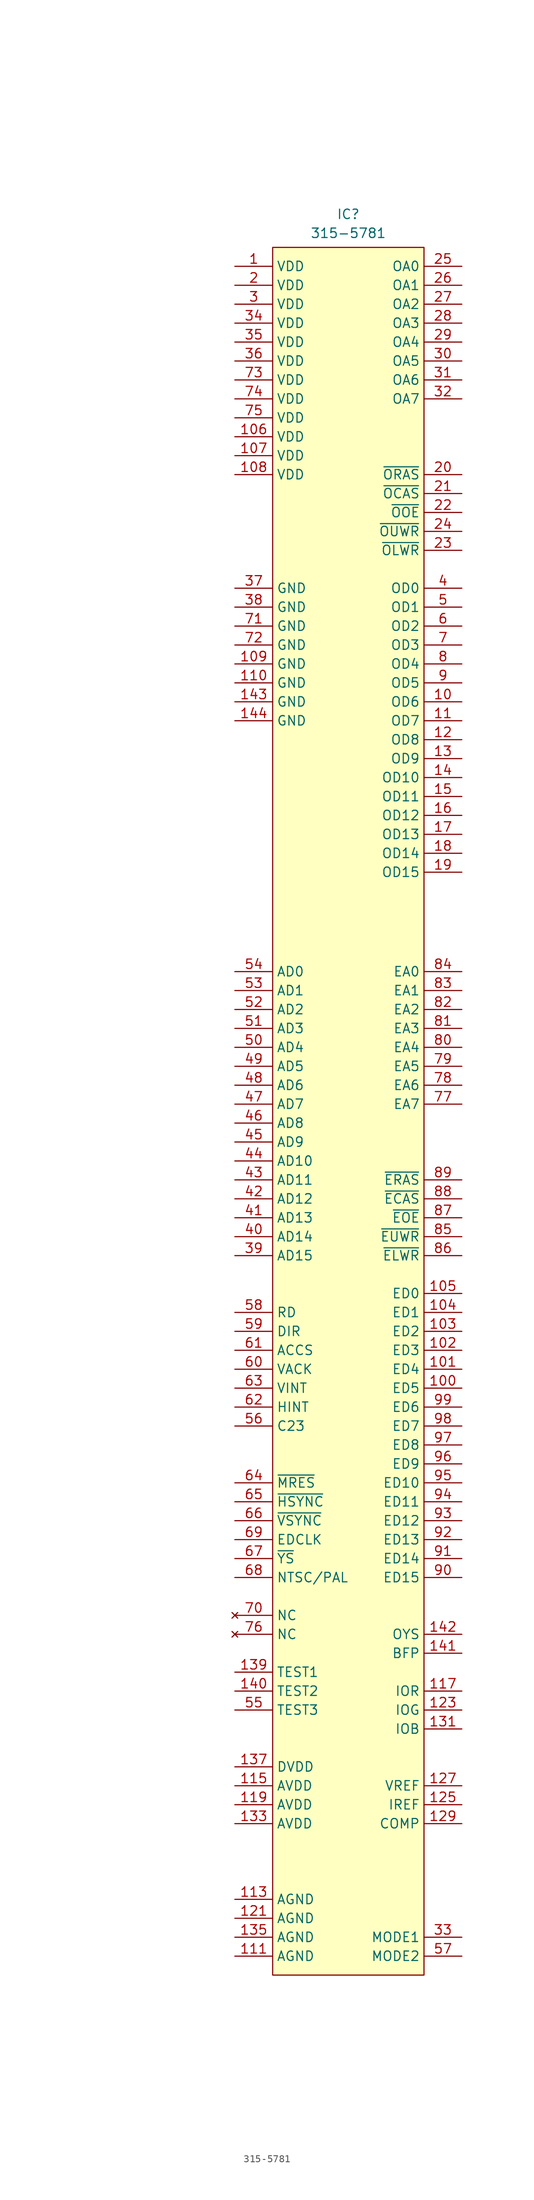
<source format=kicad_sym>
(kicad_symbol_lib
  (version 20220914)
  (generator kicad_symbol_editor)
  (symbol "315-5781"
    (property "Reference" "IC"
      (at 0 4.445 0)
      (effects (font (size 1.27 1.27))))
    (property "Value" "315-5781"
      (at 0 1.905 0)
      (effects (font (size 1.27 1.27))))
    (symbol "315-5781_1_1"
      (rectangle (start -10.16 0) (end 10.16 -231.775) (stroke (width 0) (type default)) (fill (type background)))
      (pin passive line (at -15.24 -2.54 0) (length 5.08) (name "VDD" (effects (font (size 1.27 1.27)))) (number "1" (effects (font (size 1.27 1.27)))))
      (pin passive line (at 15.24 -60.96 180) (length 5.08) (name "OD6" (effects (font (size 1.27 1.27)))) (number "10" (effects (font (size 1.27 1.27)))))
      (pin passive line (at 15.24 -153.035 180) (length 5.08) (name "ED5" (effects (font (size 1.27 1.27)))) (number "100" (effects (font (size 1.27 1.27)))))
      (pin passive line (at 15.24 -150.495 180) (length 5.08) (name "ED4" (effects (font (size 1.27 1.27)))) (number "101" (effects (font (size 1.27 1.27)))))
      (pin passive line (at 15.24 -147.955 180) (length 5.08) (name "ED3" (effects (font (size 1.27 1.27)))) (number "102" (effects (font (size 1.27 1.27)))))
      (pin passive line (at 15.24 -145.415 180) (length 5.08) (name "ED2" (effects (font (size 1.27 1.27)))) (number "103" (effects (font (size 1.27 1.27)))))
      (pin passive line (at 15.24 -142.875 180) (length 5.08) (name "ED1" (effects (font (size 1.27 1.27)))) (number "104" (effects (font (size 1.27 1.27)))))
      (pin passive line (at 15.24 -140.335 180) (length 5.08) (name "ED0" (effects (font (size 1.27 1.27)))) (number "105" (effects (font (size 1.27 1.27)))))
      (pin passive line (at -15.24 -25.4 0) (length 5.08) (name "VDD" (effects (font (size 1.27 1.27)))) (number "106" (effects (font (size 1.27 1.27)))))
      (pin passive line (at -15.24 -27.94 0) (length 5.08) (name "VDD" (effects (font (size 1.27 1.27)))) (number "107" (effects (font (size 1.27 1.27)))))
      (pin passive line (at -15.24 -30.48 0) (length 5.08) (name "VDD" (effects (font (size 1.27 1.27)))) (number "108" (effects (font (size 1.27 1.27)))))
      (pin passive line (at -15.24 -55.88 0) (length 5.08) (name "GND" (effects (font (size 1.27 1.27)))) (number "109" (effects (font (size 1.27 1.27)))))
      (pin passive line (at 15.24 -63.5 180) (length 5.08) (name "OD7" (effects (font (size 1.27 1.27)))) (number "11" (effects (font (size 1.27 1.27)))))
      (pin passive line (at -15.24 -58.42 0) (length 5.08) (name "GND" (effects (font (size 1.27 1.27)))) (number "110" (effects (font (size 1.27 1.27)))))
      (pin passive line (at -15.24 -229.235 0) (length 5.08) (name "AGND" (effects (font (size 1.27 1.27)))) (number "111" (effects (font (size 1.27 1.27)))))
      (pin no_connect line (at -37.465 -63.5 0) (length 5.08) hide (name "N/C" (effects (font (size 1.27 1.27)))) (number "112" (effects (font (size 1.27 1.27)))))
      (pin passive line (at -15.24 -221.615 0) (length 5.08) (name "AGND" (effects (font (size 1.27 1.27)))) (number "113" (effects (font (size 1.27 1.27)))))
      (pin no_connect line (at -37.465 -66.04 0) (length 5.08) hide (name "N/C" (effects (font (size 1.27 1.27)))) (number "114" (effects (font (size 1.27 1.27)))))
      (pin passive line (at -15.24 -206.375 0) (length 5.08) (name "AVDD" (effects (font (size 1.27 1.27)))) (number "115" (effects (font (size 1.27 1.27)))))
      (pin no_connect line (at -37.465 -68.58 0) (length 5.08) hide (name "N/C" (effects (font (size 1.27 1.27)))) (number "116" (effects (font (size 1.27 1.27)))))
      (pin passive line (at 15.24 -193.675 180) (length 5.08) (name "IOR" (effects (font (size 1.27 1.27)))) (number "117" (effects (font (size 1.27 1.27)))))
      (pin no_connect line (at -37.465 -71.12 0) (length 5.08) hide (name "N/C" (effects (font (size 1.27 1.27)))) (number "118" (effects (font (size 1.27 1.27)))))
      (pin passive line (at -15.24 -208.915 0) (length 5.08) (name "AVDD" (effects (font (size 1.27 1.27)))) (number "119" (effects (font (size 1.27 1.27)))))
      (pin passive line (at 15.24 -66.04 180) (length 5.08) (name "OD8" (effects (font (size 1.27 1.27)))) (number "12" (effects (font (size 1.27 1.27)))))
      (pin no_connect line (at -37.465 -73.66 0) (length 5.08) hide (name "N/C" (effects (font (size 1.27 1.27)))) (number "120" (effects (font (size 1.27 1.27)))))
      (pin passive line (at -15.24 -224.155 0) (length 5.08) (name "AGND" (effects (font (size 1.27 1.27)))) (number "121" (effects (font (size 1.27 1.27)))))
      (pin no_connect line (at -37.465 -76.2 0) (length 5.08) hide (name "N/C" (effects (font (size 1.27 1.27)))) (number "122" (effects (font (size 1.27 1.27)))))
      (pin passive line (at 15.24 -196.215 180) (length 5.08) (name "IOG" (effects (font (size 1.27 1.27)))) (number "123" (effects (font (size 1.27 1.27)))))
      (pin no_connect line (at -37.465 -78.74 0) (length 5.08) hide (name "N/C" (effects (font (size 1.27 1.27)))) (number "124" (effects (font (size 1.27 1.27)))))
      (pin passive line (at 15.24 -208.915 180) (length 5.08) (name "IREF" (effects (font (size 1.27 1.27)))) (number "125" (effects (font (size 1.27 1.27)))))
      (pin no_connect line (at -37.465 -81.28 0) (length 5.08) hide (name "N/C" (effects (font (size 1.27 1.27)))) (number "126" (effects (font (size 1.27 1.27)))))
      (pin passive line (at 15.24 -206.375 180) (length 5.08) (name "VREF" (effects (font (size 1.27 1.27)))) (number "127" (effects (font (size 1.27 1.27)))))
      (pin no_connect line (at -37.465 -83.82 0) (length 5.08) hide (name "N/C" (effects (font (size 1.27 1.27)))) (number "128" (effects (font (size 1.27 1.27)))))
      (pin passive line (at 15.24 -211.455 180) (length 5.08) (name "COMP" (effects (font (size 1.27 1.27)))) (number "129" (effects (font (size 1.27 1.27)))))
      (pin passive line (at 15.24 -68.58 180) (length 5.08) (name "OD9" (effects (font (size 1.27 1.27)))) (number "13" (effects (font (size 1.27 1.27)))))
      (pin no_connect line (at -37.465 -86.36 0) (length 5.08) hide (name "N/C" (effects (font (size 1.27 1.27)))) (number "130" (effects (font (size 1.27 1.27)))))
      (pin passive line (at 15.24 -198.755 180) (length 5.08) (name "IOB" (effects (font (size 1.27 1.27)))) (number "131" (effects (font (size 1.27 1.27)))))
      (pin no_connect line (at -37.465 -88.9 0) (length 5.08) hide (name "N/C" (effects (font (size 1.27 1.27)))) (number "132" (effects (font (size 1.27 1.27)))))
      (pin passive line (at -15.24 -211.455 0) (length 5.08) (name "AVDD" (effects (font (size 1.27 1.27)))) (number "133" (effects (font (size 1.27 1.27)))))
      (pin no_connect line (at -37.465 -91.44 0) (length 5.08) hide (name "N/C" (effects (font (size 1.27 1.27)))) (number "134" (effects (font (size 1.27 1.27)))))
      (pin passive line (at -15.24 -226.695 0) (length 5.08) (name "AGND" (effects (font (size 1.27 1.27)))) (number "135" (effects (font (size 1.27 1.27)))))
      (pin no_connect line (at -37.465 -93.98 0) (length 5.08) hide (name "N/C" (effects (font (size 1.27 1.27)))) (number "136" (effects (font (size 1.27 1.27)))))
      (pin passive line (at -15.24 -203.835 0) (length 5.08) (name "DVDD" (effects (font (size 1.27 1.27)))) (number "137" (effects (font (size 1.27 1.27)))))
      (pin no_connect line (at -37.465 -96.52 0) (length 5.08) hide (name "N/C" (effects (font (size 1.27 1.27)))) (number "138" (effects (font (size 1.27 1.27)))))
      (pin passive line (at -15.24 -191.135 0) (length 5.08) (name "TEST1" (effects (font (size 1.27 1.27)))) (number "139" (effects (font (size 1.27 1.27)))))
      (pin passive line (at 15.24 -71.12 180) (length 5.08) (name "OD10" (effects (font (size 1.27 1.27)))) (number "14" (effects (font (size 1.27 1.27)))))
      (pin passive line (at -15.24 -193.675 0) (length 5.08) (name "TEST2" (effects (font (size 1.27 1.27)))) (number "140" (effects (font (size 1.27 1.27)))))
      (pin passive line (at 15.24 -188.595 180) (length 5.08) (name "BFP" (effects (font (size 1.27 1.27)))) (number "141" (effects (font (size 1.27 1.27)))))
      (pin passive line (at 15.24 -186.055 180) (length 5.08) (name "OYS" (effects (font (size 1.27 1.27)))) (number "142" (effects (font (size 1.27 1.27)))))
      (pin passive line (at -15.24 -60.96 0) (length 5.08) (name "GND" (effects (font (size 1.27 1.27)))) (number "143" (effects (font (size 1.27 1.27)))))
      (pin passive line (at -15.24 -63.5 0) (length 5.08) (name "GND" (effects (font (size 1.27 1.27)))) (number "144" (effects (font (size 1.27 1.27)))))
      (pin passive line (at 15.24 -73.66 180) (length 5.08) (name "OD11" (effects (font (size 1.27 1.27)))) (number "15" (effects (font (size 1.27 1.27)))))
      (pin passive line (at 15.24 -76.2 180) (length 5.08) (name "OD12" (effects (font (size 1.27 1.27)))) (number "16" (effects (font (size 1.27 1.27)))))
      (pin passive line (at 15.24 -78.74 180) (length 5.08) (name "OD13" (effects (font (size 1.27 1.27)))) (number "17" (effects (font (size 1.27 1.27)))))
      (pin passive line (at 15.24 -81.28 180) (length 5.08) (name "OD14" (effects (font (size 1.27 1.27)))) (number "18" (effects (font (size 1.27 1.27)))))
      (pin passive line (at 15.24 -83.82 180) (length 5.08) (name "OD15" (effects (font (size 1.27 1.27)))) (number "19" (effects (font (size 1.27 1.27)))))
      (pin passive line (at -15.24 -5.08 0) (length 5.08) (name "VDD" (effects (font (size 1.27 1.27)))) (number "2" (effects (font (size 1.27 1.27)))))
      (pin passive line (at 15.24 -30.48 180) (length 5.08) (name "~{ORAS}" (effects (font (size 1.27 1.27)))) (number "20" (effects (font (size 1.27 1.27)))))
      (pin passive line (at 15.24 -33.02 180) (length 5.08) (name "~{OCAS}" (effects (font (size 1.27 1.27)))) (number "21" (effects (font (size 1.27 1.27)))))
      (pin passive line (at 15.24 -35.56 180) (length 5.08) (name "~{OOE}" (effects (font (size 1.27 1.27)))) (number "22" (effects (font (size 1.27 1.27)))))
      (pin passive line (at 15.24 -40.64 180) (length 5.08) (name "~{OLWR}" (effects (font (size 1.27 1.27)))) (number "23" (effects (font (size 1.27 1.27)))))
      (pin passive line (at 15.24 -38.1 180) (length 5.08) (name "~{OUWR}" (effects (font (size 1.27 1.27)))) (number "24" (effects (font (size 1.27 1.27)))))
      (pin passive line (at 15.24 -2.54 180) (length 5.08) (name "OA0" (effects (font (size 1.27 1.27)))) (number "25" (effects (font (size 1.27 1.27)))))
      (pin passive line (at 15.24 -5.08 180) (length 5.08) (name "OA1" (effects (font (size 1.27 1.27)))) (number "26" (effects (font (size 1.27 1.27)))))
      (pin passive line (at 15.24 -7.62 180) (length 5.08) (name "OA2" (effects (font (size 1.27 1.27)))) (number "27" (effects (font (size 1.27 1.27)))))
      (pin passive line (at 15.24 -10.16 180) (length 5.08) (name "OA3" (effects (font (size 1.27 1.27)))) (number "28" (effects (font (size 1.27 1.27)))))
      (pin passive line (at 15.24 -12.7 180) (length 5.08) (name "OA4" (effects (font (size 1.27 1.27)))) (number "29" (effects (font (size 1.27 1.27)))))
      (pin passive line (at -15.24 -7.62 0) (length 5.08) (name "VDD" (effects (font (size 1.27 1.27)))) (number "3" (effects (font (size 1.27 1.27)))))
      (pin passive line (at 15.24 -15.24 180) (length 5.08) (name "OA5" (effects (font (size 1.27 1.27)))) (number "30" (effects (font (size 1.27 1.27)))))
      (pin passive line (at 15.24 -17.78 180) (length 5.08) (name "OA6" (effects (font (size 1.27 1.27)))) (number "31" (effects (font (size 1.27 1.27)))))
      (pin passive line (at 15.24 -20.32 180) (length 5.08) (name "OA7" (effects (font (size 1.27 1.27)))) (number "32" (effects (font (size 1.27 1.27)))))
      (pin passive line (at 15.24 -226.695 180) (length 5.08) (name "MODE1" (effects (font (size 1.27 1.27)))) (number "33" (effects (font (size 1.27 1.27)))))
      (pin passive line (at -15.24 -10.16 0) (length 5.08) (name "VDD" (effects (font (size 1.27 1.27)))) (number "34" (effects (font (size 1.27 1.27)))))
      (pin passive line (at -15.24 -12.7 0) (length 5.08) (name "VDD" (effects (font (size 1.27 1.27)))) (number "35" (effects (font (size 1.27 1.27)))))
      (pin passive line (at -15.24 -15.24 0) (length 5.08) (name "VDD" (effects (font (size 1.27 1.27)))) (number "36" (effects (font (size 1.27 1.27)))))
      (pin passive line (at -15.24 -45.72 0) (length 5.08) (name "GND" (effects (font (size 1.27 1.27)))) (number "37" (effects (font (size 1.27 1.27)))))
      (pin passive line (at -15.24 -48.26 0) (length 5.08) (name "GND" (effects (font (size 1.27 1.27)))) (number "38" (effects (font (size 1.27 1.27)))))
      (pin passive line (at -15.24 -135.255 0) (length 5.08) (name "AD15" (effects (font (size 1.27 1.27)))) (number "39" (effects (font (size 1.27 1.27)))))
      (pin passive line (at 15.24 -45.72 180) (length 5.08) (name "OD0" (effects (font (size 1.27 1.27)))) (number "4" (effects (font (size 1.27 1.27)))))
      (pin passive line (at -15.24 -132.715 0) (length 5.08) (name "AD14" (effects (font (size 1.27 1.27)))) (number "40" (effects (font (size 1.27 1.27)))))
      (pin passive line (at -15.24 -130.175 0) (length 5.08) (name "AD13" (effects (font (size 1.27 1.27)))) (number "41" (effects (font (size 1.27 1.27)))))
      (pin passive line (at -15.24 -127.635 0) (length 5.08) (name "AD12" (effects (font (size 1.27 1.27)))) (number "42" (effects (font (size 1.27 1.27)))))
      (pin passive line (at -15.24 -125.095 0) (length 5.08) (name "AD11" (effects (font (size 1.27 1.27)))) (number "43" (effects (font (size 1.27 1.27)))))
      (pin passive line (at -15.24 -122.555 0) (length 5.08) (name "AD10" (effects (font (size 1.27 1.27)))) (number "44" (effects (font (size 1.27 1.27)))))
      (pin passive line (at -15.24 -120.015 0) (length 5.08) (name "AD9" (effects (font (size 1.27 1.27)))) (number "45" (effects (font (size 1.27 1.27)))))
      (pin passive line (at -15.24 -117.475 0) (length 5.08) (name "AD8" (effects (font (size 1.27 1.27)))) (number "46" (effects (font (size 1.27 1.27)))))
      (pin passive line (at -15.24 -114.935 0) (length 5.08) (name "AD7" (effects (font (size 1.27 1.27)))) (number "47" (effects (font (size 1.27 1.27)))))
      (pin passive line (at -15.24 -112.395 0) (length 5.08) (name "AD6" (effects (font (size 1.27 1.27)))) (number "48" (effects (font (size 1.27 1.27)))))
      (pin passive line (at -15.24 -109.855 0) (length 5.08) (name "AD5" (effects (font (size 1.27 1.27)))) (number "49" (effects (font (size 1.27 1.27)))))
      (pin passive line (at 15.24 -48.26 180) (length 5.08) (name "OD1" (effects (font (size 1.27 1.27)))) (number "5" (effects (font (size 1.27 1.27)))))
      (pin passive line (at -15.24 -107.315 0) (length 5.08) (name "AD4" (effects (font (size 1.27 1.27)))) (number "50" (effects (font (size 1.27 1.27)))))
      (pin passive line (at -15.24 -104.775 0) (length 5.08) (name "AD3" (effects (font (size 1.27 1.27)))) (number "51" (effects (font (size 1.27 1.27)))))
      (pin passive line (at -15.24 -102.235 0) (length 5.08) (name "AD2" (effects (font (size 1.27 1.27)))) (number "52" (effects (font (size 1.27 1.27)))))
      (pin passive line (at -15.24 -99.695 0) (length 5.08) (name "AD1" (effects (font (size 1.27 1.27)))) (number "53" (effects (font (size 1.27 1.27)))))
      (pin passive line (at -15.24 -97.155 0) (length 5.08) (name "AD0" (effects (font (size 1.27 1.27)))) (number "54" (effects (font (size 1.27 1.27)))))
      (pin passive line (at -15.24 -196.215 0) (length 5.08) (name "TEST3" (effects (font (size 1.27 1.27)))) (number "55" (effects (font (size 1.27 1.27)))))
      (pin passive line (at -15.24 -158.115 0) (length 5.08) (name "C23" (effects (font (size 1.27 1.27)))) (number "56" (effects (font (size 1.27 1.27)))))
      (pin passive line (at 15.24 -229.235 180) (length 5.08) (name "MODE2" (effects (font (size 1.27 1.27)))) (number "57" (effects (font (size 1.27 1.27)))))
      (pin passive line (at -15.24 -142.875 0) (length 5.08) (name "RD" (effects (font (size 1.27 1.27)))) (number "58" (effects (font (size 1.27 1.27)))))
      (pin passive line (at -15.24 -145.415 0) (length 5.08) (name "DIR" (effects (font (size 1.27 1.27)))) (number "59" (effects (font (size 1.27 1.27)))))
      (pin passive line (at 15.24 -50.8 180) (length 5.08) (name "OD2" (effects (font (size 1.27 1.27)))) (number "6" (effects (font (size 1.27 1.27)))))
      (pin passive line (at -15.24 -150.495 0) (length 5.08) (name "VACK" (effects (font (size 1.27 1.27)))) (number "60" (effects (font (size 1.27 1.27)))))
      (pin passive line (at -15.24 -147.955 0) (length 5.08) (name "ACCS" (effects (font (size 1.27 1.27)))) (number "61" (effects (font (size 1.27 1.27)))))
      (pin passive line (at -15.24 -155.575 0) (length 5.08) (name "HINT" (effects (font (size 1.27 1.27)))) (number "62" (effects (font (size 1.27 1.27)))))
      (pin passive line (at -15.24 -153.035 0) (length 5.08) (name "VINT" (effects (font (size 1.27 1.27)))) (number "63" (effects (font (size 1.27 1.27)))))
      (pin passive line (at -15.24 -165.735 0) (length 5.08) (name "~{MRES}" (effects (font (size 1.27 1.27)))) (number "64" (effects (font (size 1.27 1.27)))))
      (pin passive line (at -15.24 -168.275 0) (length 5.08) (name "~{HSYNC}" (effects (font (size 1.27 1.27)))) (number "65" (effects (font (size 1.27 1.27)))))
      (pin passive line (at -15.24 -170.815 0) (length 5.08) (name "~{VSYNC}" (effects (font (size 1.27 1.27)))) (number "66" (effects (font (size 1.27 1.27)))))
      (pin passive line (at -15.24 -175.895 0) (length 5.08) (name "~{YS}" (effects (font (size 1.27 1.27)))) (number "67" (effects (font (size 1.27 1.27)))))
      (pin passive line (at -15.24 -178.435 0) (length 5.08) (name "NTSC/PAL" (effects (font (size 1.27 1.27)))) (number "68" (effects (font (size 1.27 1.27)))))
      (pin passive line (at -15.24 -173.355 0) (length 5.08) (name "EDCLK" (effects (font (size 1.27 1.27)))) (number "69" (effects (font (size 1.27 1.27)))))
      (pin passive line (at 15.24 -53.34 180) (length 5.08) (name "OD3" (effects (font (size 1.27 1.27)))) (number "7" (effects (font (size 1.27 1.27)))))
      (pin no_connect line (at -15.24 -183.515 0) (length 5.08) (name "NC" (effects (font (size 1.27 1.27)))) (number "70" (effects (font (size 1.27 1.27)))))
      (pin passive line (at -15.24 -50.8 0) (length 5.08) (name "GND" (effects (font (size 1.27 1.27)))) (number "71" (effects (font (size 1.27 1.27)))))
      (pin passive line (at -15.24 -53.34 0) (length 5.08) (name "GND" (effects (font (size 1.27 1.27)))) (number "72" (effects (font (size 1.27 1.27)))))
      (pin passive line (at -15.24 -17.78 0) (length 5.08) (name "VDD" (effects (font (size 1.27 1.27)))) (number "73" (effects (font (size 1.27 1.27)))))
      (pin passive line (at -15.24 -20.32 0) (length 5.08) (name "VDD" (effects (font (size 1.27 1.27)))) (number "74" (effects (font (size 1.27 1.27)))))
      (pin passive line (at -15.24 -22.86 0) (length 5.08) (name "VDD" (effects (font (size 1.27 1.27)))) (number "75" (effects (font (size 1.27 1.27)))))
      (pin no_connect line (at -15.24 -186.055 0) (length 5.08) (name "NC" (effects (font (size 1.27 1.27)))) (number "76" (effects (font (size 1.27 1.27)))))
      (pin passive line (at 15.24 -114.935 180) (length 5.08) (name "EA7" (effects (font (size 1.27 1.27)))) (number "77" (effects (font (size 1.27 1.27)))))
      (pin passive line (at 15.24 -112.395 180) (length 5.08) (name "EA6" (effects (font (size 1.27 1.27)))) (number "78" (effects (font (size 1.27 1.27)))))
      (pin passive line (at 15.24 -109.855 180) (length 5.08) (name "EA5" (effects (font (size 1.27 1.27)))) (number "79" (effects (font (size 1.27 1.27)))))
      (pin passive line (at 15.24 -55.88 180) (length 5.08) (name "OD4" (effects (font (size 1.27 1.27)))) (number "8" (effects (font (size 1.27 1.27)))))
      (pin passive line (at 15.24 -107.315 180) (length 5.08) (name "EA4" (effects (font (size 1.27 1.27)))) (number "80" (effects (font (size 1.27 1.27)))))
      (pin passive line (at 15.24 -104.775 180) (length 5.08) (name "EA3" (effects (font (size 1.27 1.27)))) (number "81" (effects (font (size 1.27 1.27)))))
      (pin passive line (at 15.24 -102.235 180) (length 5.08) (name "EA2" (effects (font (size 1.27 1.27)))) (number "82" (effects (font (size 1.27 1.27)))))
      (pin passive line (at 15.24 -99.695 180) (length 5.08) (name "EA1" (effects (font (size 1.27 1.27)))) (number "83" (effects (font (size 1.27 1.27)))))
      (pin passive line (at 15.24 -97.155 180) (length 5.08) (name "EA0" (effects (font (size 1.27 1.27)))) (number "84" (effects (font (size 1.27 1.27)))))
      (pin passive line (at 15.24 -132.715 180) (length 5.08) (name "~{EUWR}" (effects (font (size 1.27 1.27)))) (number "85" (effects (font (size 1.27 1.27)))))
      (pin passive line (at 15.24 -135.255 180) (length 5.08) (name "~{ELWR}" (effects (font (size 1.27 1.27)))) (number "86" (effects (font (size 1.27 1.27)))))
      (pin passive line (at 15.24 -130.175 180) (length 5.08) (name "~{EOE}" (effects (font (size 1.27 1.27)))) (number "87" (effects (font (size 1.27 1.27)))))
      (pin passive line (at 15.24 -127.635 180) (length 5.08) (name "~{ECAS}" (effects (font (size 1.27 1.27)))) (number "88" (effects (font (size 1.27 1.27)))))
      (pin passive line (at 15.24 -125.095 180) (length 5.08) (name "~{ERAS}" (effects (font (size 1.27 1.27)))) (number "89" (effects (font (size 1.27 1.27)))))
      (pin passive line (at 15.24 -58.42 180) (length 5.08) (name "OD5" (effects (font (size 1.27 1.27)))) (number "9" (effects (font (size 1.27 1.27)))))
      (pin passive line (at 15.24 -178.435 180) (length 5.08) (name "ED15" (effects (font (size 1.27 1.27)))) (number "90" (effects (font (size 1.27 1.27)))))
      (pin passive line (at 15.24 -175.895 180) (length 5.08) (name "ED14" (effects (font (size 1.27 1.27)))) (number "91" (effects (font (size 1.27 1.27)))))
      (pin passive line (at 15.24 -173.355 180) (length 5.08) (name "ED13" (effects (font (size 1.27 1.27)))) (number "92" (effects (font (size 1.27 1.27)))))
      (pin passive line (at 15.24 -170.815 180) (length 5.08) (name "ED12" (effects (font (size 1.27 1.27)))) (number "93" (effects (font (size 1.27 1.27)))))
      (pin passive line (at 15.24 -168.275 180) (length 5.08) (name "ED11" (effects (font (size 1.27 1.27)))) (number "94" (effects (font (size 1.27 1.27)))))
      (pin passive line (at 15.24 -165.735 180) (length 5.08) (name "ED10" (effects (font (size 1.27 1.27)))) (number "95" (effects (font (size 1.27 1.27)))))
      (pin passive line (at 15.24 -163.195 180) (length 5.08) (name "ED9" (effects (font (size 1.27 1.27)))) (number "96" (effects (font (size 1.27 1.27)))))
      (pin passive line (at 15.24 -160.655 180) (length 5.08) (name "ED8" (effects (font (size 1.27 1.27)))) (number "97" (effects (font (size 1.27 1.27)))))
      (pin passive line (at 15.24 -158.115 180) (length 5.08) (name "ED7" (effects (font (size 1.27 1.27)))) (number "98" (effects (font (size 1.27 1.27)))))
      (pin passive line (at 15.24 -155.575 180) (length 5.08) (name "ED6" (effects (font (size 1.27 1.27)))) (number "99" (effects (font (size 1.27 1.27))))))))
</source>
